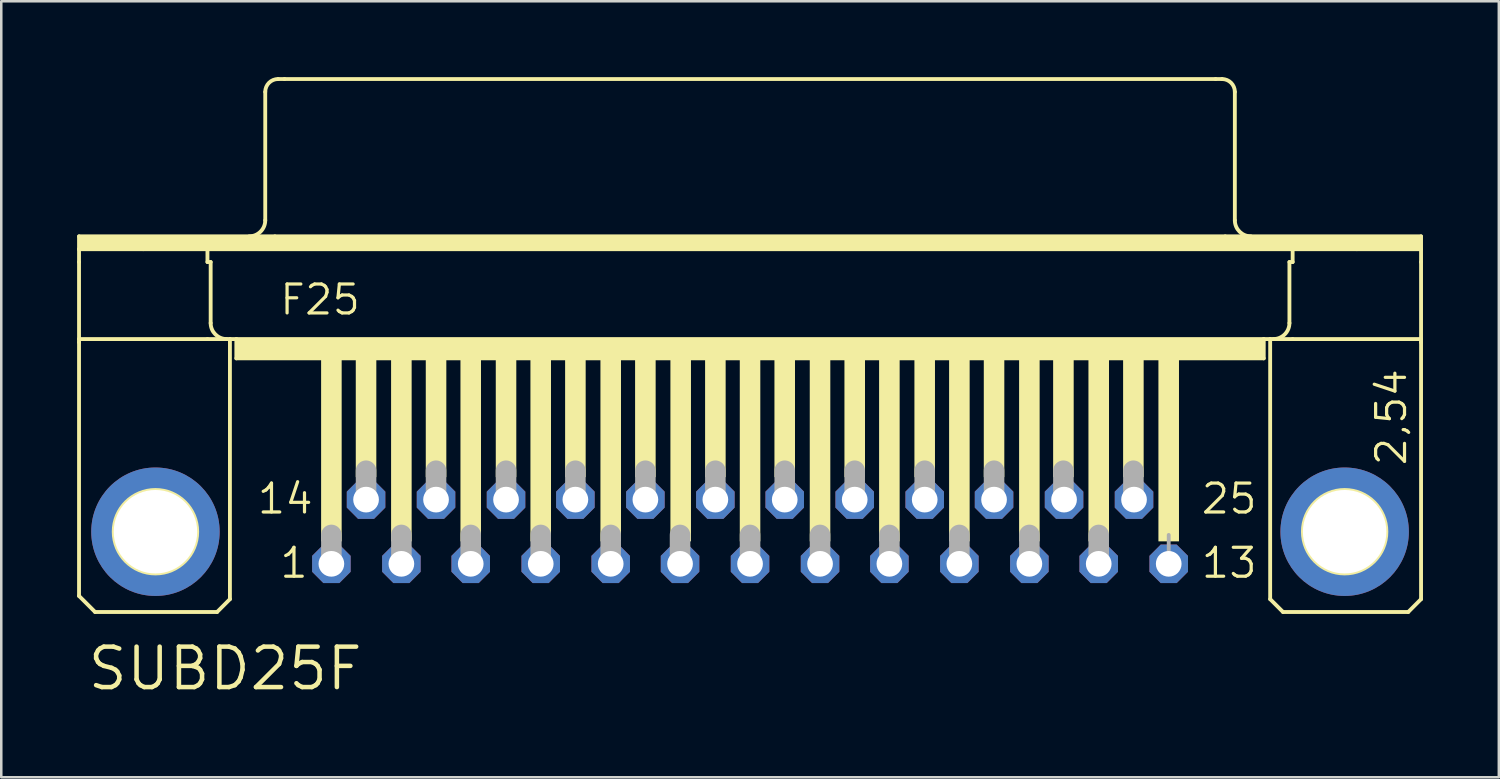
<source format=kicad_pcb>
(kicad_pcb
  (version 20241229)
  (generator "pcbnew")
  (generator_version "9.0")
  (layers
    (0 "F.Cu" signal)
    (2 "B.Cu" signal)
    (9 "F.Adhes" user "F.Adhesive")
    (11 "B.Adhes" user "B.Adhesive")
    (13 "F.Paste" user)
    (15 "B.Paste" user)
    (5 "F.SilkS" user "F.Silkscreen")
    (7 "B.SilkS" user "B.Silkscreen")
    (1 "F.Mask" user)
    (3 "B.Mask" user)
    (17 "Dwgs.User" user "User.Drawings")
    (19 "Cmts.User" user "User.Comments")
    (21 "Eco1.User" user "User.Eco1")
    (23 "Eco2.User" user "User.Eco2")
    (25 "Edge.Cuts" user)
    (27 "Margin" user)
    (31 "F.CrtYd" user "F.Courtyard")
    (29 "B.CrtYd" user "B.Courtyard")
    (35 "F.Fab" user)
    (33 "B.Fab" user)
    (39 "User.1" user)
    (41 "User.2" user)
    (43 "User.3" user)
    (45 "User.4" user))
  (footprint "SUBD25F"
    (layer "F.Cu")
    (at 24.079 9.093)
    (property "Reference" "SUBD25F" (at -23.749 15.24 0) (layer "F.SilkS") (effects (font (size 1.6 1.6) (thickness 0.178)) (justify left bottom)))
    (fp_line (start -24.003 -2.794) (end -16.256 -2.794) (stroke (width 0.152) (type solid)) (layer "F.SilkS"))
    (fp_line (start -24.003 -2.286) (end -24.003 -2.794) (stroke (width 0.152) (type solid)) (layer "F.SilkS"))
    (fp_line (start -24.003 -2.286) (end -21.463 -2.286) (stroke (width 0.152) (type solid)) (layer "F.SilkS"))
    (fp_line (start -24.003 -1.778) (end -24.003 -2.286) (stroke (width 0.152) (type solid)) (layer "F.SilkS"))
    (fp_line (start -24.003 1.27) (end -24.003 -1.778) (stroke (width 0.152) (type solid)) (layer "F.SilkS"))
    (fp_line (start -24.003 1.27) (end -24.003 1.397) (stroke (width 0.152) (type solid)) (layer "F.SilkS"))
    (fp_line (start -24.003 1.27) (end -18.923 1.27) (stroke (width 0.152) (type solid)) (layer "F.SilkS"))
    (fp_line (start -24.003 11.43) (end -24.003 1.397) (stroke (width 0.152) (type solid)) (layer "F.SilkS"))
    (fp_line (start -23.368 12.065) (end -24.003 11.43) (stroke (width 0.152) (type solid)) (layer "F.SilkS"))
    (fp_line (start -21.463 -2.286) (end -18.923 -2.286) (stroke (width 0.152) (type solid)) (layer "F.SilkS"))
    (fp_line (start -18.923 -2.286) (end 24.003 -2.286) (stroke (width 0.152) (type solid)) (layer "F.SilkS"))
    (fp_line (start -18.923 -1.778) (end -18.923 -2.286) (stroke (width 0.152) (type solid)) (layer "F.SilkS"))
    (fp_line (start -18.923 -1.778) (end -18.796 -1.778) (stroke (width 0.152) (type solid)) (layer "F.SilkS"))
    (fp_line (start -18.923 1.27) (end -18.034 1.27) (stroke (width 0.152) (type solid)) (layer "F.SilkS"))
    (fp_line (start -18.796 0.635) (end -18.796 -1.778) (stroke (width 0.152) (type solid)) (layer "F.SilkS"))
    (fp_line (start -18.542 12.065) (end -23.368 12.065) (stroke (width 0.152) (type solid)) (layer "F.SilkS"))
    (fp_line (start -18.542 12.065) (end -18.034 11.557) (stroke (width 0.152) (type solid)) (layer "F.SilkS"))
    (fp_line (start -18.034 1.27) (end -17.78 1.27) (stroke (width 0.152) (type solid)) (layer "F.SilkS"))
    (fp_line (start -18.034 11.557) (end -18.034 1.27) (stroke (width 0.152) (type solid)) (layer "F.SilkS"))
    (fp_line (start -17.78 1.27) (end -17.78 2.032) (stroke (width 0.152) (type solid)) (layer "F.SilkS"))
    (fp_line (start -17.78 1.27) (end 22.86 1.27) (stroke (width 0.152) (type solid)) (layer "F.SilkS"))
    (fp_line (start -17.78 2.032) (end 22.86 2.032) (stroke (width 0.152) (type solid)) (layer "F.SilkS"))
    (fp_line (start -16.637 -3.429) (end -16.637 -8.509) (stroke (width 0.152) (type solid)) (layer "F.SilkS"))
    (fp_line (start -16.256 -2.794) (end 21.336 -2.794) (stroke (width 0.152) (type solid)) (layer "F.SilkS"))
    (fp_line (start -16.129 -9.017) (end -15.875 -9.017) (stroke (width 0.152) (type solid)) (layer "F.SilkS"))
    (fp_line (start -15.875 -9.017) (end 20.955 -9.017) (stroke (width 0.152) (type solid)) (layer "F.SilkS"))
    (fp_line (start 20.955 -9.017) (end 21.209 -9.017) (stroke (width 0.152) (type solid)) (layer "F.SilkS"))
    (fp_line (start 21.336 -2.794) (end 29.083 -2.794) (stroke (width 0.152) (type solid)) (layer "F.SilkS"))
    (fp_line (start 21.717 -3.429) (end 21.717 -8.509) (stroke (width 0.152) (type solid)) (layer "F.SilkS"))
    (fp_line (start 22.86 1.27) (end 22.86 2.032) (stroke (width 0.152) (type solid)) (layer "F.SilkS"))
    (fp_line (start 22.86 1.27) (end 23.114 1.27) (stroke (width 0.152) (type solid)) (layer "F.SilkS"))
    (fp_line (start 23.114 1.27) (end 24.003 1.27) (stroke (width 0.152) (type solid)) (layer "F.SilkS"))
    (fp_line (start 23.114 11.557) (end 23.114 1.27) (stroke (width 0.152) (type solid)) (layer "F.SilkS"))
    (fp_line (start 23.114 11.557) (end 23.622 12.065) (stroke (width 0.152) (type solid)) (layer "F.SilkS"))
    (fp_line (start 23.622 12.065) (end 28.575 12.065) (stroke (width 0.152) (type solid)) (layer "F.SilkS"))
    (fp_line (start 23.876 -1.778) (end 24.003 -1.778) (stroke (width 0.152) (type solid)) (layer "F.SilkS"))
    (fp_line (start 23.876 0.635) (end 23.876 -1.778) (stroke (width 0.152) (type solid)) (layer "F.SilkS"))
    (fp_line (start 24.003 -2.286) (end 26.543 -2.286) (stroke (width 0.152) (type solid)) (layer "F.SilkS"))
    (fp_line (start 24.003 -1.778) (end 24.003 -2.286) (stroke (width 0.152) (type solid)) (layer "F.SilkS"))
    (fp_line (start 24.003 1.27) (end 29.083 1.27) (stroke (width 0.152) (type solid)) (layer "F.SilkS"))
    (fp_line (start 26.543 -2.286) (end 29.083 -2.286) (stroke (width 0.152) (type solid)) (layer "F.SilkS"))
    (fp_line (start 28.575 12.065) (end 29.083 11.557) (stroke (width 0.152) (type solid)) (layer "F.SilkS"))
    (fp_line (start 29.083 -2.794) (end 29.083 -2.286) (stroke (width 0.152) (type solid)) (layer "F.SilkS"))
    (fp_line (start 29.083 -2.286) (end 29.083 -1.778) (stroke (width 0.152) (type solid)) (layer "F.SilkS"))
    (fp_line (start 29.083 -1.778) (end 29.083 1.27) (stroke (width 0.152) (type solid)) (layer "F.SilkS"))
    (fp_line (start 29.083 1.27) (end 29.083 1.397) (stroke (width 0.152) (type solid)) (layer "F.SilkS"))
    (fp_line (start 29.083 11.557) (end 29.083 1.397) (stroke (width 0.152) (type solid)) (layer "F.SilkS"))
    (fp_arc (start -18.161 1.27) (mid -18.610013 1.084013) (end -18.796 0.635) (stroke (width 0.1524) (type solid)) (layer "F.SilkS"))
    (fp_arc (start -16.637 -8.509) (mid -16.48821 -8.86821) (end -16.129 -9.017) (stroke (width 0.1524) (type solid)) (layer "F.SilkS"))
    (fp_arc (start -16.637 -3.429) (mid -16.822987 -2.979987) (end -17.272 -2.794) (stroke (width 0.1524) (type solid)) (layer "F.SilkS"))
    (fp_arc (start 21.209 -9.017) (mid 21.56821 -8.86821) (end 21.717 -8.509) (stroke (width 0.1524) (type solid)) (layer "F.SilkS"))
    (fp_arc (start 22.352 -2.794) (mid 21.902987 -2.979987) (end 21.717 -3.429) (stroke (width 0.1524) (type solid)) (layer "F.SilkS"))
    (fp_arc (start 23.876 0.635) (mid 23.690013 1.084013) (end 23.241 1.27) (stroke (width 0.1524) (type solid)) (layer "F.SilkS"))
    (fp_circle (center -20.98 8.89) (end -19.329 8.89) (stroke (width 0.152) (type solid)) (fill no) (layer "F.SilkS"))
    (fp_circle (center 26.06 8.89) (end 27.711 8.89) (stroke (width 0.152) (type solid)) (fill no) (layer "F.SilkS"))
    (fp_poly (pts (xy -24.003 -2.286) (xy 29.083 -2.286) (xy 29.083 -2.794) (xy -24.003 -2.794)) (stroke (width 0) (type default)) (fill yes) (layer "F.SilkS"))
    (fp_poly (pts (xy -17.78 2.032) (xy 22.86 2.032) (xy 22.86 1.27) (xy -17.78 1.27)) (stroke (width 0) (type default)) (fill yes) (layer "F.SilkS"))
    (fp_poly (pts (xy -14.427 9.271) (xy -13.614 9.271) (xy -13.614 2.032) (xy -14.427 2.032)) (stroke (width 0) (type default)) (fill yes) (layer "F.SilkS"))
    (fp_poly (pts (xy -13.056 6.731) (xy -12.243 6.731) (xy -12.243 2.032) (xy -13.056 2.032)) (stroke (width 0) (type default)) (fill yes) (layer "F.SilkS"))
    (fp_poly (pts (xy -11.659 9.271) (xy -10.846 9.271) (xy -10.846 2.032) (xy -11.659 2.032)) (stroke (width 0) (type default)) (fill yes) (layer "F.SilkS"))
    (fp_poly (pts (xy -10.287 6.731) (xy -9.474 6.731) (xy -9.474 2.032) (xy -10.287 2.032)) (stroke (width 0) (type default)) (fill yes) (layer "F.SilkS"))
    (fp_poly (pts (xy -8.915 9.271) (xy -8.103 9.271) (xy -8.103 2.032) (xy -8.915 2.032)) (stroke (width 0) (type default)) (fill yes) (layer "F.SilkS"))
    (fp_poly (pts (xy -7.518 6.731) (xy -6.706 6.731) (xy -6.706 2.032) (xy -7.518 2.032)) (stroke (width 0) (type default)) (fill yes) (layer "F.SilkS"))
    (fp_poly (pts (xy -6.147 9.271) (xy -5.334 9.271) (xy -5.334 2.032) (xy -6.147 2.032)) (stroke (width 0) (type default)) (fill yes) (layer "F.SilkS"))
    (fp_poly (pts (xy -4.775 6.731) (xy -3.962 6.731) (xy -3.962 2.032) (xy -4.775 2.032)) (stroke (width 0) (type default)) (fill yes) (layer "F.SilkS"))
    (fp_poly (pts (xy -3.378 9.271) (xy -2.565 9.271) (xy -2.565 2.032) (xy -3.378 2.032)) (stroke (width 0) (type default)) (fill yes) (layer "F.SilkS"))
    (fp_poly (pts (xy -2.007 6.731) (xy -1.194 6.731) (xy -1.194 2.032) (xy -2.007 2.032)) (stroke (width 0) (type default)) (fill yes) (layer "F.SilkS"))
    (fp_poly (pts (xy -0.61 9.271) (xy 0.203 9.271) (xy 0.203 2.032) (xy -0.61 2.032)) (stroke (width 0) (type default)) (fill yes) (layer "F.SilkS"))
    (fp_poly (pts (xy 0.762 6.731) (xy 1.575 6.731) (xy 1.575 2.032) (xy 0.762 2.032)) (stroke (width 0) (type default)) (fill yes) (layer "F.SilkS"))
    (fp_poly (pts (xy 2.134 9.271) (xy 2.946 9.271) (xy 2.946 2.032) (xy 2.134 2.032)) (stroke (width 0) (type default)) (fill yes) (layer "F.SilkS"))
    (fp_poly (pts (xy 3.505 6.731) (xy 4.318 6.731) (xy 4.318 2.032) (xy 3.505 2.032)) (stroke (width 0) (type default)) (fill yes) (layer "F.SilkS"))
    (fp_poly (pts (xy 4.902 9.271) (xy 5.715 9.271) (xy 5.715 2.032) (xy 4.902 2.032)) (stroke (width 0) (type default)) (fill yes) (layer "F.SilkS"))
    (fp_poly (pts (xy 6.274 6.731) (xy 7.087 6.731) (xy 7.087 2.032) (xy 6.274 2.032)) (stroke (width 0) (type default)) (fill yes) (layer "F.SilkS"))
    (fp_poly (pts (xy 7.645 9.271) (xy 8.458 9.271) (xy 8.458 2.032) (xy 7.645 2.032)) (stroke (width 0) (type default)) (fill yes) (layer "F.SilkS"))
    (fp_poly (pts (xy 9.042 6.731) (xy 9.855 6.731) (xy 9.855 2.032) (xy 9.042 2.032)) (stroke (width 0) (type default)) (fill yes) (layer "F.SilkS"))
    (fp_poly (pts (xy 10.414 9.271) (xy 11.227 9.271) (xy 11.227 2.032) (xy 10.414 2.032)) (stroke (width 0) (type default)) (fill yes) (layer "F.SilkS"))
    (fp_poly (pts (xy 11.786 6.731) (xy 12.598 6.731) (xy 12.598 2.032) (xy 11.786 2.032)) (stroke (width 0) (type default)) (fill yes) (layer "F.SilkS"))
    (fp_poly (pts (xy 13.183 9.271) (xy 13.995 9.271) (xy 13.995 2.032) (xy 13.183 2.032)) (stroke (width 0) (type default)) (fill yes) (layer "F.SilkS"))
    (fp_poly (pts (xy 14.529 6.731) (xy 15.342 6.731) (xy 15.342 2.032) (xy 14.529 2.032)) (stroke (width 0) (type default)) (fill yes) (layer "F.SilkS"))
    (fp_poly (pts (xy 15.926 9.271) (xy 16.739 9.271) (xy 16.739 2.032) (xy 15.926 2.032)) (stroke (width 0) (type default)) (fill yes) (layer "F.SilkS"))
    (fp_poly (pts (xy 17.297 6.731) (xy 18.11 6.731) (xy 18.11 2.032) (xy 17.297 2.032)) (stroke (width 0) (type default)) (fill yes) (layer "F.SilkS"))
    (fp_poly (pts (xy 18.694 9.271) (xy 19.507 9.271) (xy 19.507 2.032) (xy 18.694 2.032)) (stroke (width 0) (type default)) (fill yes) (layer "F.SilkS"))
    (fp_line (start -14.021 10.033) (end -14.021 9.017) (stroke (width 0.813) (type solid)) (layer "F.Fab"))
    (fp_line (start -12.649 7.493) (end -12.649 6.477) (stroke (width 0.813) (type solid)) (layer "F.Fab"))
    (fp_line (start -11.252 10.033) (end -11.252 9.017) (stroke (width 0.813) (type solid)) (layer "F.Fab"))
    (fp_line (start -9.881 7.493) (end -9.881 6.477) (stroke (width 0.813) (type solid)) (layer "F.Fab"))
    (fp_line (start -8.509 10.033) (end -8.509 9.017) (stroke (width 0.813) (type solid)) (layer "F.Fab"))
    (fp_line (start -7.112 7.493) (end -7.112 6.477) (stroke (width 0.813) (type solid)) (layer "F.Fab"))
    (fp_line (start -5.74 10.033) (end -5.74 9.017) (stroke (width 0.813) (type solid)) (layer "F.Fab"))
    (fp_line (start -4.369 7.493) (end -4.369 6.477) (stroke (width 0.813) (type solid)) (layer "F.Fab"))
    (fp_line (start -2.972 10.033) (end -2.972 9.017) (stroke (width 0.813) (type solid)) (layer "F.Fab"))
    (fp_line (start -1.6 7.493) (end -1.6 6.477) (stroke (width 0.813) (type solid)) (layer "F.Fab"))
    (fp_line (start -0.229 10.033) (end -0.229 9.017) (stroke (width 0.813) (type solid)) (layer "F.Fab"))
    (fp_line (start 1.168 7.493) (end 1.168 6.477) (stroke (width 0.813) (type solid)) (layer "F.Fab"))
    (fp_line (start 2.54 10.033) (end 2.54 9.017) (stroke (width 0.813) (type solid)) (layer "F.Fab"))
    (fp_line (start 3.912 7.493) (end 3.912 6.477) (stroke (width 0.813) (type solid)) (layer "F.Fab"))
    (fp_line (start 5.309 10.033) (end 5.309 9.017) (stroke (width 0.813) (type solid)) (layer "F.Fab"))
    (fp_line (start 6.68 7.493) (end 6.68 6.477) (stroke (width 0.813) (type solid)) (layer "F.Fab"))
    (fp_line (start 8.052 10.033) (end 8.052 9.017) (stroke (width 0.813) (type solid)) (layer "F.Fab"))
    (fp_line (start 9.449 7.493) (end 9.449 6.477) (stroke (width 0.813) (type solid)) (layer "F.Fab"))
    (fp_line (start 10.82 10.033) (end 10.82 9.017) (stroke (width 0.813) (type solid)) (layer "F.Fab"))
    (fp_line (start 12.192 7.493) (end 12.192 6.477) (stroke (width 0.813) (type solid)) (layer "F.Fab"))
    (fp_line (start 13.589 10.033) (end 13.589 9.017) (stroke (width 0.813) (type solid)) (layer "F.Fab"))
    (fp_line (start 14.935 7.493) (end 14.935 6.477) (stroke (width 0.813) (type solid)) (layer "F.Fab"))
    (fp_line (start 16.332 10.033) (end 16.332 9.017) (stroke (width 0.813) (type solid)) (layer "F.Fab"))
    (fp_line (start 17.704 7.493) (end 17.704 6.477) (stroke (width 0.813) (type solid)) (layer "F.Fab"))
    (fp_line (start 19.101 10.033) (end 19.101 9.017) (stroke (width 0.152) (type solid)) (layer "F.Fab"))
    (fp_text user "F25" (at -16.129 0.381 0) (layer "F.SilkS") (effects (font (size 1.143 1.143) (thickness 0.127)) (justify left bottom)))
    (fp_text user "25" (at 20.32 8.255 0) (layer "F.SilkS") (effects (font (size 1.143 1.143) (thickness 0.127)) (justify left bottom)))
    (fp_text user "13" (at 20.32 10.795 0) (layer "F.SilkS") (effects (font (size 1.143 1.143) (thickness 0.127)) (justify left bottom)))
    (fp_text user "2,54" (at 28.575 6.35 90) (layer "F.SilkS") (effects (font (size 1.143 1.143) (thickness 0.127)) (justify left bottom)))
    (fp_text user "14" (at -17.018 8.255 0) (layer "F.SilkS") (effects (font (size 1.143 1.143) (thickness 0.127)) (justify left bottom)))
    (fp_text user "1" (at -16.129 10.795 0) (layer "F.SilkS") (effects (font (size 1.143 1.143) (thickness 0.127)) (justify left bottom)))
    (pad "1" thru_hole roundrect (at -14.021 10.16) (size 1.524 1.524) (drill 1.016) (layers "*.Cu" "*.Mask") (roundrect_rratio 0.25) (chamfer_ratio 0.293) (chamfer top_left top_right bottom_left bottom_right))
    (pad "2" thru_hole roundrect (at -11.252 10.16) (size 1.524 1.524) (drill 1.016) (layers "*.Cu" "*.Mask") (roundrect_rratio 0.25) (chamfer_ratio 0.293) (chamfer top_left top_right bottom_left bottom_right))
    (pad "3" thru_hole roundrect (at -8.509 10.16) (size 1.524 1.524) (drill 1.016) (layers "*.Cu" "*.Mask") (roundrect_rratio 0.25) (chamfer_ratio 0.293) (chamfer top_left top_right bottom_left bottom_right))
    (pad "4" thru_hole roundrect (at -5.74 10.16) (size 1.524 1.524) (drill 1.016) (layers "*.Cu" "*.Mask") (roundrect_rratio 0.25) (chamfer_ratio 0.293) (chamfer top_left top_right bottom_left bottom_right))
    (pad "5" thru_hole roundrect (at -2.972 10.16) (size 1.524 1.524) (drill 1.016) (layers "*.Cu" "*.Mask") (roundrect_rratio 0.25) (chamfer_ratio 0.293) (chamfer top_left top_right bottom_left bottom_right))
    (pad "6" thru_hole roundrect (at -0.229 10.16) (size 1.524 1.524) (drill 1.016) (layers "*.Cu" "*.Mask") (roundrect_rratio 0.25) (chamfer_ratio 0.293) (chamfer top_left top_right bottom_left bottom_right))
    (pad "7" thru_hole roundrect (at 2.54 10.16) (size 1.524 1.524) (drill 1.016) (layers "*.Cu" "*.Mask") (roundrect_rratio 0.25) (chamfer_ratio 0.293) (chamfer top_left top_right bottom_left bottom_right))
    (pad "8" thru_hole roundrect (at 5.309 10.16) (size 1.524 1.524) (drill 1.016) (layers "*.Cu" "*.Mask") (roundrect_rratio 0.25) (chamfer_ratio 0.293) (chamfer top_left top_right bottom_left bottom_right))
    (pad "9" thru_hole roundrect (at 8.052 10.16) (size 1.524 1.524) (drill 1.016) (layers "*.Cu" "*.Mask") (roundrect_rratio 0.25) (chamfer_ratio 0.293) (chamfer top_left top_right bottom_left bottom_right))
    (pad "10" thru_hole roundrect (at 10.82 10.16) (size 1.524 1.524) (drill 1.016) (layers "*.Cu" "*.Mask") (roundrect_rratio 0.25) (chamfer_ratio 0.293) (chamfer top_left top_right bottom_left bottom_right))
    (pad "11" thru_hole roundrect (at 13.589 10.16) (size 1.524 1.524) (drill 1.016) (layers "*.Cu" "*.Mask") (roundrect_rratio 0.25) (chamfer_ratio 0.293) (chamfer top_left top_right bottom_left bottom_right))
    (pad "12" thru_hole roundrect (at 16.332 10.16) (size 1.524 1.524) (drill 1.016) (layers "*.Cu" "*.Mask") (roundrect_rratio 0.25) (chamfer_ratio 0.293) (chamfer top_left top_right bottom_left bottom_right))
    (pad "13" thru_hole roundrect (at 19.101 10.16) (size 1.524 1.524) (drill 1.016) (layers "*.Cu" "*.Mask") (roundrect_rratio 0.25) (chamfer_ratio 0.293) (chamfer top_left top_right bottom_left bottom_right))
    (pad "14" thru_hole roundrect (at -12.649 7.62) (size 1.524 1.524) (drill 1.016) (layers "*.Cu" "*.Mask") (roundrect_rratio 0.25) (chamfer_ratio 0.293) (chamfer top_left top_right bottom_left bottom_right))
    (pad "15" thru_hole roundrect (at -9.881 7.62) (size 1.524 1.524) (drill 1.016) (layers "*.Cu" "*.Mask") (roundrect_rratio 0.25) (chamfer_ratio 0.293) (chamfer top_left top_right bottom_left bottom_right))
    (pad "16" thru_hole roundrect (at -7.112 7.62) (size 1.524 1.524) (drill 1.016) (layers "*.Cu" "*.Mask") (roundrect_rratio 0.25) (chamfer_ratio 0.293) (chamfer top_left top_right bottom_left bottom_right))
    (pad "17" thru_hole roundrect (at -4.369 7.62) (size 1.524 1.524) (drill 1.016) (layers "*.Cu" "*.Mask") (roundrect_rratio 0.25) (chamfer_ratio 0.293) (chamfer top_left top_right bottom_left bottom_right))
    (pad "18" thru_hole roundrect (at -1.6 7.62) (size 1.524 1.524) (drill 1.016) (layers "*.Cu" "*.Mask") (roundrect_rratio 0.25) (chamfer_ratio 0.293) (chamfer top_left top_right bottom_left bottom_right))
    (pad "19" thru_hole roundrect (at 1.168 7.62) (size 1.524 1.524) (drill 1.016) (layers "*.Cu" "*.Mask") (roundrect_rratio 0.25) (chamfer_ratio 0.293) (chamfer top_left top_right bottom_left bottom_right))
    (pad "20" thru_hole roundrect (at 3.912 7.62) (size 1.524 1.524) (drill 1.016) (layers "*.Cu" "*.Mask") (roundrect_rratio 0.25) (chamfer_ratio 0.293) (chamfer top_left top_right bottom_left bottom_right))
    (pad "21" thru_hole roundrect (at 6.68 7.62) (size 1.524 1.524) (drill 1.016) (layers "*.Cu" "*.Mask") (roundrect_rratio 0.25) (chamfer_ratio 0.293) (chamfer top_left top_right bottom_left bottom_right))
    (pad "22" thru_hole roundrect (at 9.449 7.62) (size 1.524 1.524) (drill 1.016) (layers "*.Cu" "*.Mask") (roundrect_rratio 0.25) (chamfer_ratio 0.293) (chamfer top_left top_right bottom_left bottom_right))
    (pad "23" thru_hole roundrect (at 12.192 7.62) (size 1.524 1.524) (drill 1.016) (layers "*.Cu" "*.Mask") (roundrect_rratio 0.25) (chamfer_ratio 0.293) (chamfer top_left top_right bottom_left bottom_right))
    (pad "24" thru_hole roundrect (at 14.961 7.62) (size 1.524 1.524) (drill 1.016) (layers "*.Cu" "*.Mask") (roundrect_rratio 0.25) (chamfer_ratio 0.293) (chamfer top_left top_right bottom_left bottom_right))
    (pad "25" thru_hole roundrect (at 17.729 7.62) (size 1.524 1.524) (drill 1.016) (layers "*.Cu" "*.Mask") (roundrect_rratio 0.25) (chamfer_ratio 0.293) (chamfer top_left top_right bottom_left bottom_right))
    (pad "G1" thru_hole circle (at -20.98 8.89) (size 5.08 5.08) (drill 3.302) (layers "*.Cu" "*.Mask"))
    (pad "G2" thru_hole circle (at 26.06 8.89) (size 5.08 5.08) (drill 3.302) (layers "*.Cu" "*.Mask")))
  (gr_rect
    (start -3 -3)
    (end 56.238 27.696)
    (stroke (width 0.1) (type default))
    (fill no)
    (layer "Edge.Cuts")))
</source>
